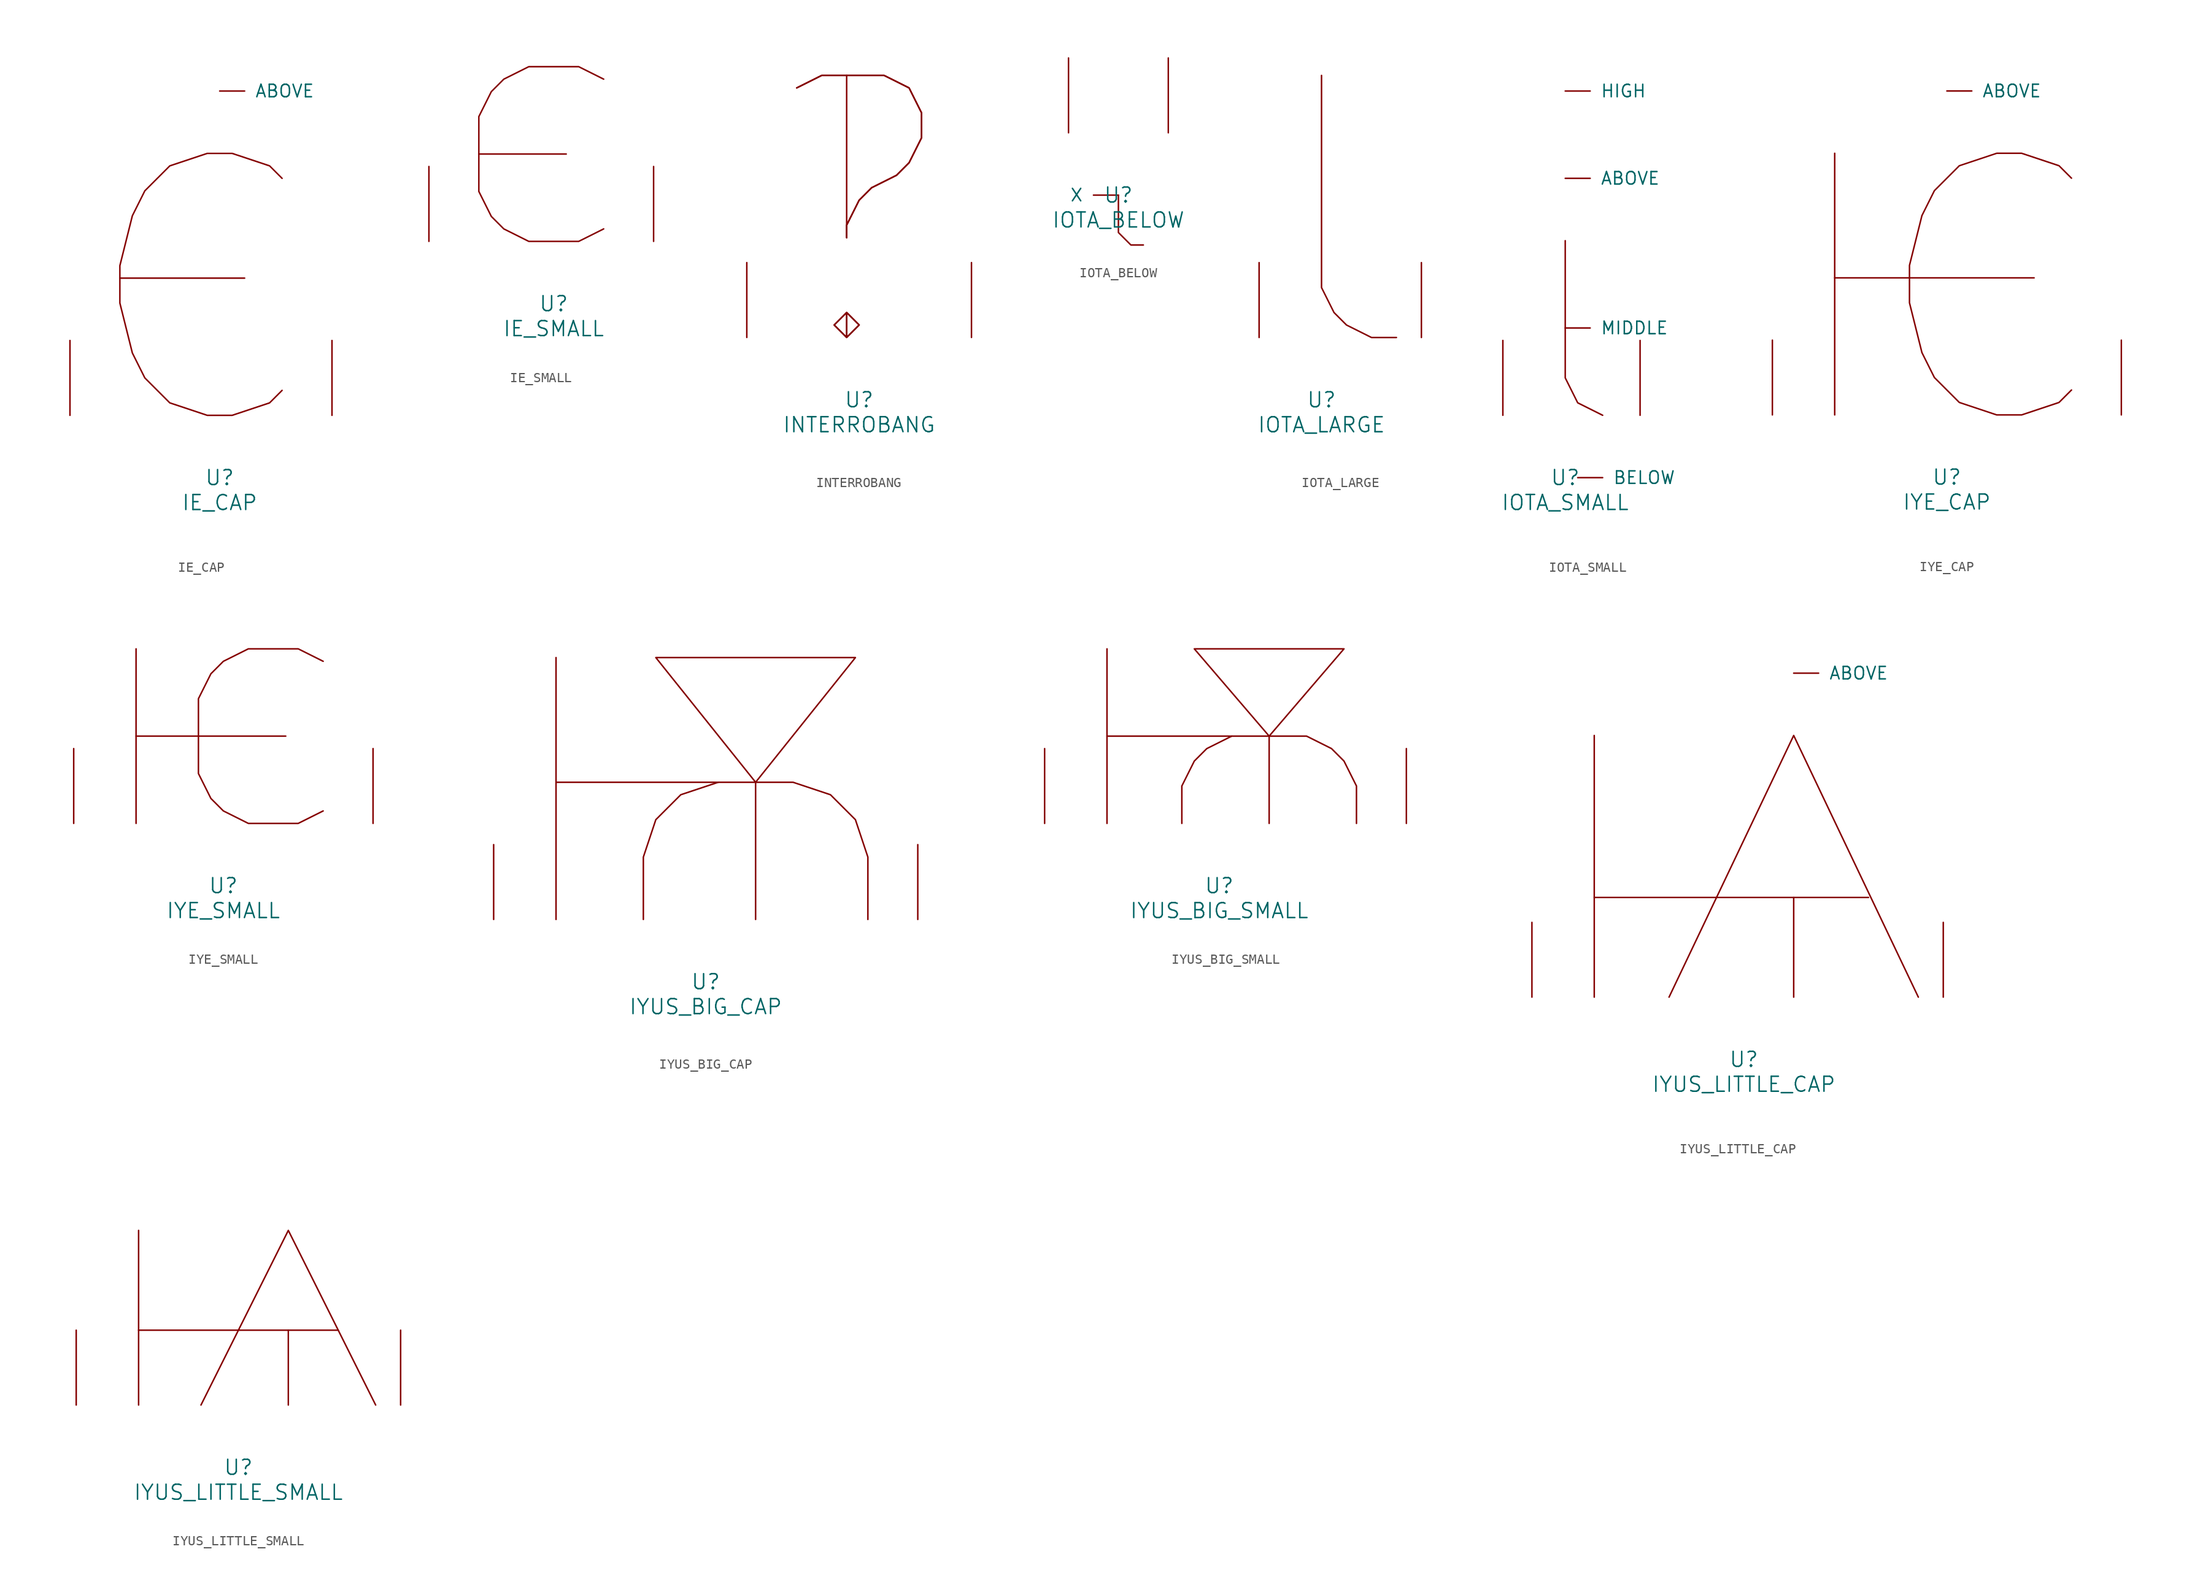
<source format=kicad_sym>
(kicad_symbol_lib
  (version 20220914)
  (generator font_lib2sym)
  (symbol "IE_CAP"
    (pin_names
      (offset 1.016))
    (property "Reference" "U"
      (at 0 -6.35 0)
      (effects (font (size 1.524 1.524))))
    (property "Value" "IE_CAP"
      (at 0 -8.89 0)
      (effects (font (size 1.524 1.524))))
    (symbol "IE_CAP_0_1"
      (polyline (pts (xy -10.16 13.97) (xy 2.54 13.97)) (stroke (width 0) (type solid)) (fill (type none)))
      (polyline (pts (xy 6.35 2.54) (xy 5.08 1.27) (xy 1.27 0) (xy -1.27 0) (xy -5.08 1.27) (xy -7.62 3.81) (xy -8.89 6.35) (xy -10.16 11.43) (xy -10.16 15.24) (xy -8.89 20.32) (xy -7.62 22.86) (xy -5.08 25.4) (xy -1.27 26.67) (xy 1.27 26.67) (xy 5.08 25.4) (xy 6.35 24.13)) (stroke (width 0) (type solid)) (fill (type none)))
      (pin input line (at 0 33.02 0) (length 2.54) (name "ABOVE" (effects (font (size 1.27 1.27)))) (number "~" (effects (font (size 1.27 1.27)))))
      (pin input line (at -15.24 0 90) (length 7.62) (name "~" (effects (font (size 1.27 1.27)))) (number "~" (effects (font (size 1.27 1.27)))))
      (pin input line (at 11.43 0 90) (length 7.62) (name "~" (effects (font (size 1.27 1.27)))) (number "~" (effects (font (size 1.27 1.27)))))))
  (symbol "IE_SMALL"
    (pin_names
      (offset 1.016))
    (property "Reference" "U"
      (at 0 -6.35 0)
      (effects (font (size 1.524 1.524))))
    (property "Value" "IE_SMALL"
      (at 0 -8.89 0)
      (effects (font (size 1.524 1.524))))
    (symbol "IE_SMALL_0_1"
      (polyline (pts (xy -7.62 8.89) (xy 1.27 8.89)) (stroke (width 0) (type solid)) (fill (type none)))
      (polyline (pts (xy 5.08 1.27) (xy 2.54 0) (xy -2.54 0) (xy -5.08 1.27) (xy -6.35 2.54) (xy -7.62 5.08) (xy -7.62 12.7) (xy -6.35 15.24) (xy -5.08 16.51) (xy -2.54 17.78) (xy 2.54 17.78) (xy 5.08 16.51)) (stroke (width 0) (type solid)) (fill (type none)))
      (pin input line (at -12.7 0 90) (length 7.62) (name "~" (effects (font (size 1.27 1.27)))) (number "~" (effects (font (size 1.27 1.27)))))
      (pin input line (at 10.16 0 90) (length 7.62) (name "~" (effects (font (size 1.27 1.27)))) (number "~" (effects (font (size 1.27 1.27)))))))
  (symbol "INTERROBANG"
    (pin_names
      (offset 1.016))
    (property "Reference" "U"
      (at 0 -6.35 0)
      (effects (font (size 1.524 1.524))))
    (property "Value" "INTERROBANG"
      (at 0 -8.89 0)
      (effects (font (size 1.524 1.524))))
    (symbol "INTERROBANG_0_1"
      (polyline (pts (xy -1.27 26.67) (xy -1.27 10.16)) (stroke (width 0) (type solid)) (fill (type none)))
      (polyline (pts (xy -1.27 2.54) (xy 0 1.27) (xy -1.27 0) (xy -2.54 1.27) (xy -1.27 2.54) (xy -1.27 0)) (stroke (width 0) (type solid)) (fill (type none)))
      (polyline (pts (xy -1.27 2.54) (xy 0 1.27) (xy -1.27 0) (xy -2.54 1.27) (xy -1.27 2.54) (xy -1.27 0)) (stroke (width 0) (type solid)) (fill (type none)))
      (polyline (pts (xy -6.35 25.4) (xy -3.81 26.67) (xy 2.54 26.67) (xy 5.08 25.4) (xy 6.35 22.86) (xy 6.35 20.32) (xy 5.08 17.78) (xy 3.81 16.51) (xy 1.27 15.24) (xy 0 13.97) (xy -1.27 11.43) (xy -1.27 10.16)) (stroke (width 0) (type solid)) (fill (type none)))
      (polyline (pts (xy -6.35 25.4) (xy -3.81 26.67) (xy 2.54 26.67) (xy 5.08 25.4) (xy 6.35 22.86) (xy 6.35 20.32) (xy 5.08 17.78) (xy 3.81 16.51) (xy 1.27 15.24) (xy 0 13.97) (xy -1.27 11.43) (xy -1.27 10.16)) (stroke (width 0) (type solid)) (fill (type none)))
      (pin input line (at -11.43 0 90) (length 7.62) (name "~" (effects (font (size 1.27 1.27)))) (number "~" (effects (font (size 1.27 1.27)))))
      (pin input line (at 11.43 0 90) (length 7.62) (name "~" (effects (font (size 1.27 1.27)))) (number "~" (effects (font (size 1.27 1.27)))))))
  (symbol "IOTA_BELOW"
    (pin_names
      (offset 1.016))
    (property "Reference" "U"
      (at 0 -6.35 0)
      (effects (font (size 1.524 1.524))))
    (property "Value" "IOTA_BELOW"
      (at 0 -8.89 0)
      (effects (font (size 1.524 1.524))))
    (symbol "IOTA_BELOW_0_1"
      (polyline (pts (xy 0 -6.35) (xy 0 -10.16) (xy 1.27 -11.43) (xy 2.54 -11.43)) (stroke (width 0) (type solid)) (fill (type none)))
      (pin input line (at 0 -6.35 180) (length 2.54) (name "X" (effects (font (size 1.27 1.27)))) (number "~" (effects (font (size 1.27 1.27)))))
      (pin input line (at -5.08 0 90) (length 7.62) (name "~" (effects (font (size 1.27 1.27)))) (number "~" (effects (font (size 1.27 1.27)))))
      (pin input line (at 5.08 0 90) (length 7.62) (name "~" (effects (font (size 1.27 1.27)))) (number "~" (effects (font (size 1.27 1.27)))))))
  (symbol "IOTA_LARGE"
    (pin_names
      (offset 1.016))
    (property "Reference" "U"
      (at 0 -6.35 0)
      (effects (font (size 1.524 1.524))))
    (property "Value" "IOTA_LARGE"
      (at 0 -8.89 0)
      (effects (font (size 1.524 1.524))))
    (symbol "IOTA_LARGE_0_1"
      (polyline (pts (xy 0 26.67) (xy 0 5.08) (xy 1.27 2.54) (xy 2.54 1.27) (xy 5.08 0) (xy 7.62 0)) (stroke (width 0) (type solid)) (fill (type none)))
      (pin input line (at -6.35 0 90) (length 7.62) (name "~" (effects (font (size 1.27 1.27)))) (number "~" (effects (font (size 1.27 1.27)))))
      (pin input line (at 10.16 0 90) (length 7.62) (name "~" (effects (font (size 1.27 1.27)))) (number "~" (effects (font (size 1.27 1.27)))))))
  (symbol "IOTA_SMALL"
    (pin_names
      (offset 1.016))
    (property "Reference" "U"
      (at 0 -6.35 0)
      (effects (font (size 1.524 1.524))))
    (property "Value" "IOTA_SMALL"
      (at 0 -8.89 0)
      (effects (font (size 1.524 1.524))))
    (symbol "IOTA_SMALL_0_1"
      (polyline (pts (xy 0 17.78) (xy 0 3.81) (xy 1.27 1.27) (xy 3.81 0)) (stroke (width 0) (type solid)) (fill (type none)))
      (pin input line (at 0 24.13 0) (length 2.54) (name "ABOVE" (effects (font (size 1.27 1.27)))) (number "~" (effects (font (size 1.27 1.27)))))
      (pin input line (at 1.27 -6.35 0) (length 2.54) (name "BELOW" (effects (font (size 1.27 1.27)))) (number "~" (effects (font (size 1.27 1.27)))))
      (pin input line (at 0 33.02 0) (length 2.54) (name "HIGH" (effects (font (size 1.27 1.27)))) (number "~" (effects (font (size 1.27 1.27)))))
      (pin input line (at 0 8.89 0) (length 2.54) (name "MIDDLE" (effects (font (size 1.27 1.27)))) (number "~" (effects (font (size 1.27 1.27)))))
      (pin input line (at -6.35 0 90) (length 7.62) (name "~" (effects (font (size 1.27 1.27)))) (number "~" (effects (font (size 1.27 1.27)))))
      (pin input line (at 7.62 0 90) (length 7.62) (name "~" (effects (font (size 1.27 1.27)))) (number "~" (effects (font (size 1.27 1.27)))))))
  (symbol "IYE_CAP"
    (pin_names
      (offset 1.016))
    (property "Reference" "U"
      (at 0 -6.35 0)
      (effects (font (size 1.524 1.524))))
    (property "Value" "IYE_CAP"
      (at 0 -8.89 0)
      (effects (font (size 1.524 1.524))))
    (symbol "IYE_CAP_0_1"
      (polyline (pts (xy -11.43 26.67) (xy -11.43 0)) (stroke (width 0) (type solid)) (fill (type none)))
      (polyline (pts (xy 8.89 13.97) (xy -11.43 13.97)) (stroke (width 0) (type solid)) (fill (type none)))
      (polyline (pts (xy 12.7 2.54) (xy 11.43 1.27) (xy 7.62 0) (xy 5.08 0) (xy 1.27 1.27) (xy -1.27 3.81) (xy -2.54 6.35) (xy -3.81 11.43) (xy -3.81 15.24) (xy -2.54 20.32) (xy -1.27 22.86) (xy 1.27 25.4) (xy 5.08 26.67) (xy 7.62 26.67) (xy 11.43 25.4) (xy 12.7 24.13)) (stroke (width 0) (type solid)) (fill (type none)))
      (pin input line (at 0 33.02 0) (length 2.54) (name "ABOVE" (effects (font (size 1.27 1.27)))) (number "~" (effects (font (size 1.27 1.27)))))
      (pin input line (at -17.78 0 90) (length 7.62) (name "~" (effects (font (size 1.27 1.27)))) (number "~" (effects (font (size 1.27 1.27)))))
      (pin input line (at 17.78 0 90) (length 7.62) (name "~" (effects (font (size 1.27 1.27)))) (number "~" (effects (font (size 1.27 1.27)))))))
  (symbol "IYE_SMALL"
    (pin_names
      (offset 1.016))
    (property "Reference" "U"
      (at 0 -6.35 0)
      (effects (font (size 1.524 1.524))))
    (property "Value" "IYE_SMALL"
      (at 0 -8.89 0)
      (effects (font (size 1.524 1.524))))
    (symbol "IYE_SMALL_0_1"
      (polyline (pts (xy -8.89 17.78) (xy -8.89 0)) (stroke (width 0) (type solid)) (fill (type none)))
      (polyline (pts (xy 6.35 8.89) (xy -8.89 8.89)) (stroke (width 0) (type solid)) (fill (type none)))
      (polyline (pts (xy 10.16 1.27) (xy 7.62 0) (xy 2.54 0) (xy 0 1.27) (xy -1.27 2.54) (xy -2.54 5.08) (xy -2.54 12.7) (xy -1.27 15.24) (xy 0 16.51) (xy 2.54 17.78) (xy 7.62 17.78) (xy 10.16 16.51)) (stroke (width 0) (type solid)) (fill (type none)))
      (pin input line (at -15.24 0 90) (length 7.62) (name "~" (effects (font (size 1.27 1.27)))) (number "~" (effects (font (size 1.27 1.27)))))
      (pin input line (at 15.24 0 90) (length 7.62) (name "~" (effects (font (size 1.27 1.27)))) (number "~" (effects (font (size 1.27 1.27)))))))
  (symbol "IYUS_BIG_CAP"
    (pin_names
      (offset 1.016))
    (property "Reference" "U"
      (at 0 -6.35 0)
      (effects (font (size 1.524 1.524))))
    (property "Value" "IYUS_BIG_CAP"
      (at 0 -8.89 0)
      (effects (font (size 1.524 1.524))))
    (symbol "IYUS_BIG_CAP_0_1"
      (polyline (pts (xy -15.24 0) (xy -15.24 26.67)) (stroke (width 0) (type solid)) (fill (type none)))
      (polyline (pts (xy -15.24 13.97) (xy 1.27 13.97)) (stroke (width 0) (type solid)) (fill (type none)))
      (polyline (pts (xy 5.08 0) (xy 5.08 13.97) (xy -5.08 26.67) (xy 15.24 26.67) (xy 5.08 13.97)) (stroke (width 0) (type solid)) (fill (type none)))
      (polyline (pts (xy -6.35 0) (xy -6.35 6.35) (xy -5.08 10.16) (xy -2.54 12.7) (xy 1.27 13.97) (xy 8.89 13.97) (xy 12.7 12.7) (xy 15.24 10.16) (xy 16.51 6.35) (xy 16.51 0)) (stroke (width 0) (type solid)) (fill (type none)))
      (pin input line (at -21.59 0 90) (length 7.62) (name "~" (effects (font (size 1.27 1.27)))) (number "~" (effects (font (size 1.27 1.27)))))
      (pin input line (at 21.59 0 90) (length 7.62) (name "~" (effects (font (size 1.27 1.27)))) (number "~" (effects (font (size 1.27 1.27)))))))
  (symbol "IYUS_BIG_SMALL"
    (pin_names
      (offset 1.016))
    (property "Reference" "U"
      (at 0 -6.35 0)
      (effects (font (size 1.524 1.524))))
    (property "Value" "IYUS_BIG_SMALL"
      (at 0 -8.89 0)
      (effects (font (size 1.524 1.524))))
    (symbol "IYUS_BIG_SMALL_0_1"
      (polyline (pts (xy -11.43 0) (xy -11.43 17.78)) (stroke (width 0) (type solid)) (fill (type none)))
      (polyline (pts (xy -11.43 8.89) (xy 1.27 8.89)) (stroke (width 0) (type solid)) (fill (type none)))
      (polyline (pts (xy 5.08 0) (xy 5.08 8.89) (xy -2.54 17.78) (xy 12.7 17.78) (xy 5.08 8.89)) (stroke (width 0) (type solid)) (fill (type none)))
      (polyline (pts (xy -3.81 0) (xy -3.81 3.81) (xy -2.54 6.35) (xy -1.27 7.62) (xy 1.27 8.89) (xy 8.89 8.89) (xy 11.43 7.62) (xy 12.7 6.35) (xy 13.97 3.81) (xy 13.97 0)) (stroke (width 0) (type solid)) (fill (type none)))
      (pin input line (at -17.78 0 90) (length 7.62) (name "~" (effects (font (size 1.27 1.27)))) (number "~" (effects (font (size 1.27 1.27)))))
      (pin input line (at 19.05 0 90) (length 7.62) (name "~" (effects (font (size 1.27 1.27)))) (number "~" (effects (font (size 1.27 1.27)))))))
  (symbol "IYUS_LITTLE_CAP"
    (pin_names
      (offset 1.016))
    (property "Reference" "U"
      (at 0 -6.35 0)
      (effects (font (size 1.524 1.524))))
    (property "Value" "IYUS_LITTLE_CAP"
      (at 0 -8.89 0)
      (effects (font (size 1.524 1.524))))
    (symbol "IYUS_LITTLE_CAP_0_1"
      (polyline (pts (xy -15.24 0) (xy -15.24 26.67)) (stroke (width 0) (type solid)) (fill (type none)))
      (polyline (pts (xy -15.24 10.16) (xy 12.7 10.16)) (stroke (width 0) (type solid)) (fill (type none)))
      (polyline (pts (xy 5.08 10.16) (xy 5.08 0)) (stroke (width 0) (type solid)) (fill (type none)))
      (polyline (pts (xy -7.62 0) (xy 5.08 26.67) (xy 17.78 0)) (stroke (width 0) (type solid)) (fill (type none)))
      (pin input line (at 5.08 33.02 0) (length 2.54) (name "ABOVE" (effects (font (size 1.27 1.27)))) (number "~" (effects (font (size 1.27 1.27)))))
      (pin input line (at -21.59 0 90) (length 7.62) (name "~" (effects (font (size 1.27 1.27)))) (number "~" (effects (font (size 1.27 1.27)))))
      (pin input line (at 20.32 0 90) (length 7.62) (name "~" (effects (font (size 1.27 1.27)))) (number "~" (effects (font (size 1.27 1.27)))))))
  (symbol "IYUS_LITTLE_SMALL"
    (pin_names
      (offset 1.016))
    (property "Reference" "U"
      (at 0 -6.35 0)
      (effects (font (size 1.524 1.524))))
    (property "Value" "IYUS_LITTLE_SMALL"
      (at 0 -8.89 0)
      (effects (font (size 1.524 1.524))))
    (symbol "IYUS_LITTLE_SMALL_0_1"
      (polyline (pts (xy -10.16 0) (xy -10.16 17.78)) (stroke (width 0) (type solid)) (fill (type none)))
      (polyline (pts (xy 5.08 7.62) (xy 5.08 0)) (stroke (width 0) (type solid)) (fill (type none)))
      (polyline (pts (xy 10.16 7.62) (xy -10.16 7.62)) (stroke (width 0) (type solid)) (fill (type none)))
      (polyline (pts (xy -3.81 0) (xy 5.08 17.78) (xy 13.97 0)) (stroke (width 0) (type solid)) (fill (type none)))
      (pin input line (at -16.51 0 90) (length 7.62) (name "~" (effects (font (size 1.27 1.27)))) (number "~" (effects (font (size 1.27 1.27)))))
      (pin input line (at 16.51 0 90) (length 7.62) (name "~" (effects (font (size 1.27 1.27)))) (number "~" (effects (font (size 1.27 1.27))))))))
</source>
